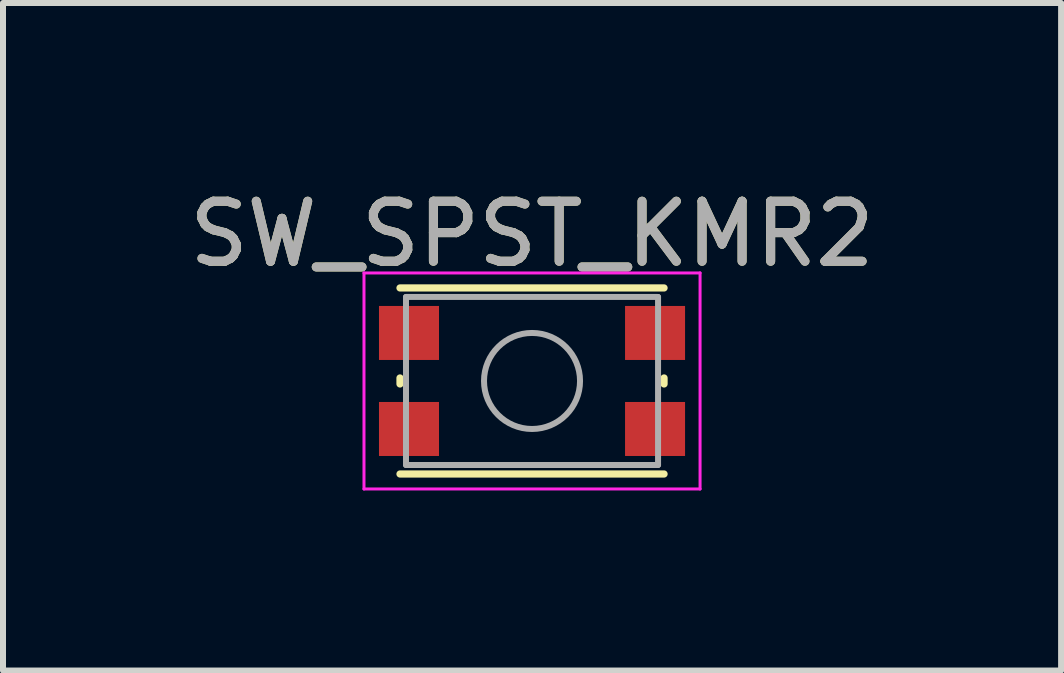
<source format=kicad_pcb>
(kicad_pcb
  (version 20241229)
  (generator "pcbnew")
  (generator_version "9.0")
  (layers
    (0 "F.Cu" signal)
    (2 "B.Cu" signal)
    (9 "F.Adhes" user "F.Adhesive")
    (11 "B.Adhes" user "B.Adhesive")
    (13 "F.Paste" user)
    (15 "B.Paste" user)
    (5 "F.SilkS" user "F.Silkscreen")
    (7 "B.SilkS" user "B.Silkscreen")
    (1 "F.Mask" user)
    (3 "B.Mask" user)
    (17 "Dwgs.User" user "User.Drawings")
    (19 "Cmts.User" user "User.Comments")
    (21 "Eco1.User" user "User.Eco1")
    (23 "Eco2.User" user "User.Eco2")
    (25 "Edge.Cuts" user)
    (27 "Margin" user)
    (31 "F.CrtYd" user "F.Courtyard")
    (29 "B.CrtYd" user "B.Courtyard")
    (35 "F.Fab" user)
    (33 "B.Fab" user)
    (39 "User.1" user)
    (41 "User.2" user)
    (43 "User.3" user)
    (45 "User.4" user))
  (footprint "SW_SPST_KMR2"
    (layer "F.Cu")
    (at 5.815 3.298)
    (property "Reference" "SW_SPST_KMR2" (at 0 -2.45 0) (layer "F.SilkS") (effects (font (size 1 1) (thickness 0.15))))
    (attr smd)
    (fp_line (start -2.2 0.05) (end -2.2 -0.05) (stroke (width 0.12) (type solid)) (layer "F.SilkS"))
    (fp_line (start -2.2 1.55) (end 2.2 1.55) (stroke (width 0.12) (type solid)) (layer "F.SilkS"))
    (fp_line (start 2.2 -1.55) (end -2.2 -1.55) (stroke (width 0.12) (type solid)) (layer "F.SilkS"))
    (fp_line (start 2.2 0.05) (end 2.2 -0.05) (stroke (width 0.12) (type solid)) (layer "F.SilkS"))
    (fp_line (start -2.8 -1.8) (end 2.8 -1.8) (stroke (width 0.05) (type solid)) (layer "F.CrtYd"))
    (fp_line (start -2.8 1.8) (end -2.8 -1.8) (stroke (width 0.05) (type solid)) (layer "F.CrtYd"))
    (fp_line (start 2.8 -1.8) (end 2.8 1.8) (stroke (width 0.05) (type solid)) (layer "F.CrtYd"))
    (fp_line (start 2.8 1.8) (end -2.8 1.8) (stroke (width 0.05) (type solid)) (layer "F.CrtYd"))
    (fp_line (start -2.1 -1.4) (end 2.1 -1.4) (stroke (width 0.1) (type solid)) (layer "F.Fab"))
    (fp_line (start -2.1 1.4) (end -2.1 -1.4) (stroke (width 0.1) (type solid)) (layer "F.Fab"))
    (fp_line (start 2.1 -1.4) (end 2.1 1.4) (stroke (width 0.1) (type solid)) (layer "F.Fab"))
    (fp_line (start 2.1 1.4) (end -2.1 1.4) (stroke (width 0.1) (type solid)) (layer "F.Fab"))
    (fp_circle (center 0 0) (end 0 0.8) (stroke (width 0.1) (type solid)) (fill no) (layer "F.Fab"))
    (fp_text user "${REFERENCE}" (at 0 -2.45 0) (layer "F.Fab") (effects (font (size 1 1) (thickness 0.15))))
    (pad "1" smd rect (at -2.05 -0.8 90) (size 0.9 1) (layers "F.Cu" "F.Mask" "F.Paste"))
    (pad "1" smd rect (at 2.05 -0.8 90) (size 0.9 1) (layers "F.Cu" "F.Mask" "F.Paste"))
    (pad "2" smd rect (at -2.05 0.8 90) (size 0.9 1) (layers "F.Cu" "F.Mask" "F.Paste"))
    (pad "2" smd rect (at 2.05 0.8 90) (size 0.9 1) (layers "F.Cu" "F.Mask" "F.Paste")))
  (gr_rect
    (start -3 -3)
    (end 14.631 8.123)
    (stroke (width 0.1) (type default))
    (fill no)
    (layer "Edge.Cuts")))
</source>
